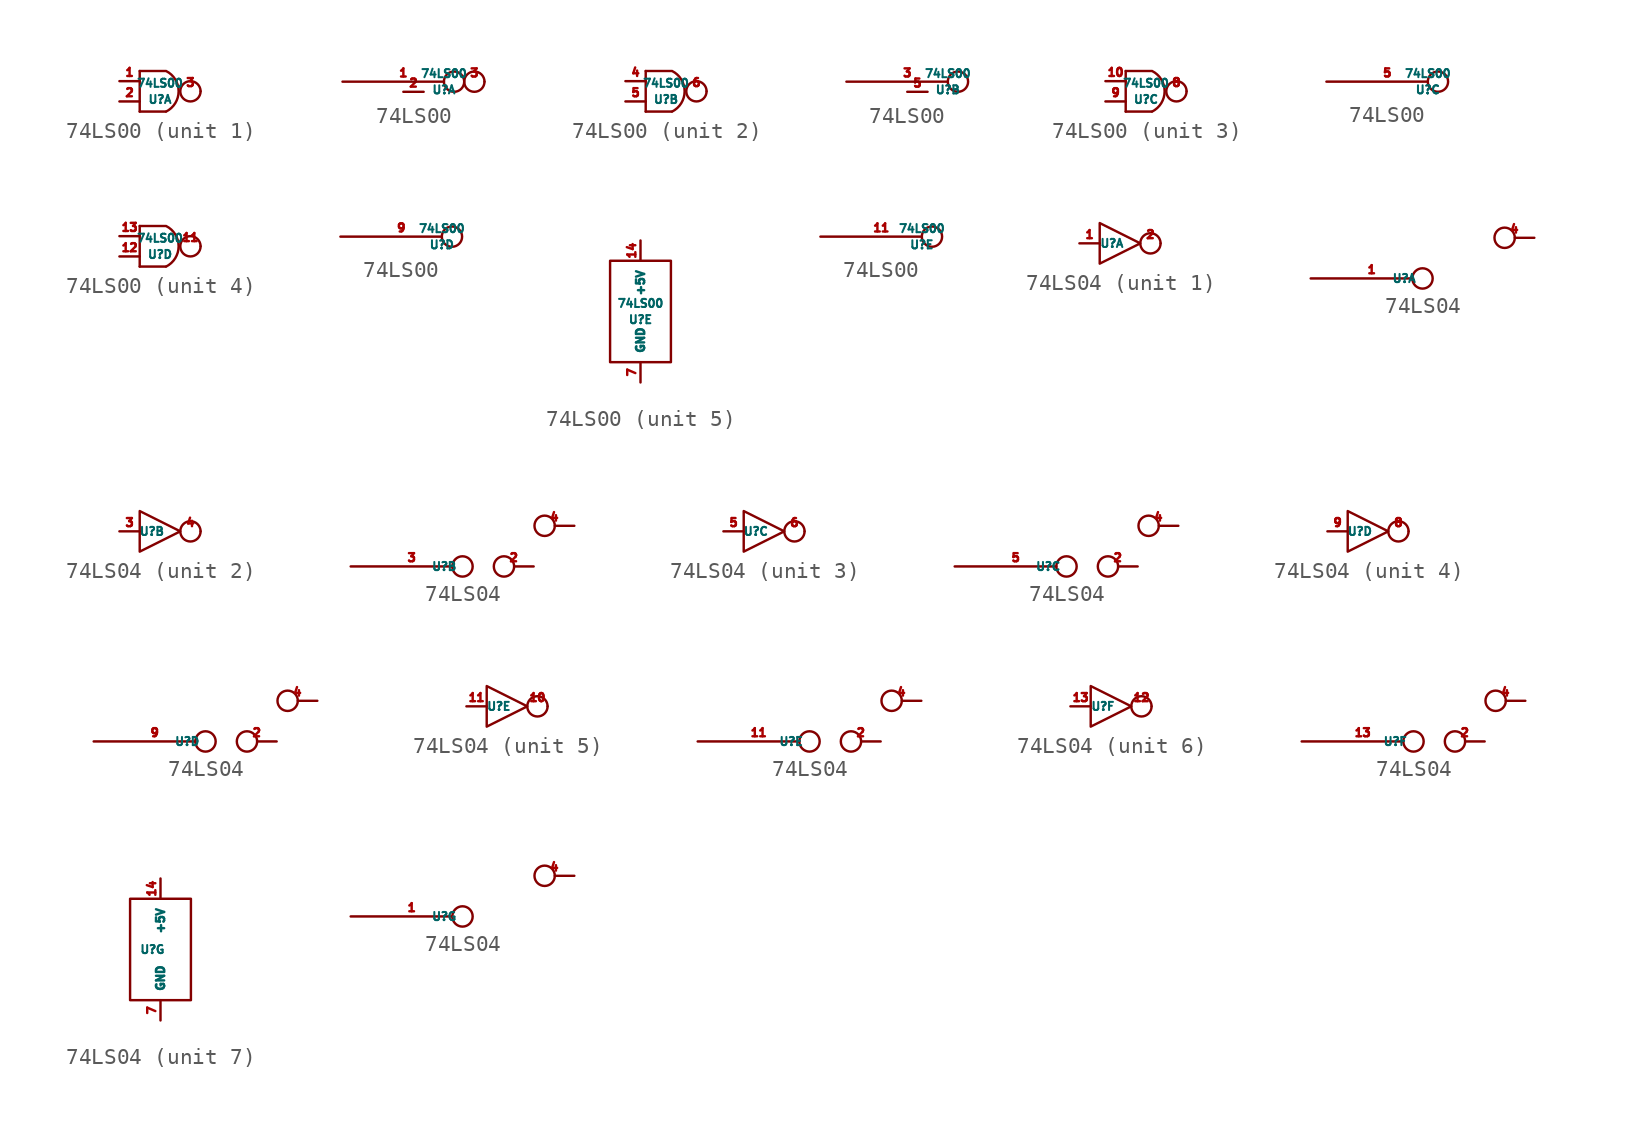
<source format=kicad_sym>
(kicad_symbol_lib
  (version 20211014)
  (generator kicad_symbol_editor)
  (symbol "74LS00"
    (property "Reference" "U"
      (at 0 -0.508 0)
      (effects (font (size 0.508 0.508))))
    (property "Value" "74LS00"
      (at 0 0.508 0)
      (effects (font (size 0.508 0.508))))
    (property "Footprint" ""
      (at 1.27 0 0)
      (effects (font (size 1.524 1.524))))
    (property "Datasheet" ""
      (at 1.27 0 0)
      (effects (font (size 1.524 1.524))))
    (symbol "74LS00_1_0"
      (pin input line (at -2.54 -0.635 0) (length 1.27) (name "~" (effects (font (size 0.508 0.508)))) (number "2" (effects (font (size 0.508 0.508)))))
      (pin output inverted (at 2.54 0 180) (length 1.27) (name "~" (effects (font (size 0.508 0.508)))) (number "3" (effects (font (size 0.508 0.508))))))
    (symbol "74LS00_1_1"
      (polyline (pts (xy -1.27 -1.27) (xy -1.27 1.27)) (stroke (width 0) (type default) (color 0 0 0 0)) (fill (type none)))
      (polyline (pts (xy 0.33 1.27) (xy -1.27 1.27)) (stroke (width 0) (type default) (color 0 0 0 0)) (fill (type none)))
      (polyline (pts (xy 0.356 -1.27) (xy -1.27 -1.27) (xy -1.245 -1.27)) (stroke (width 0) (type default) (color 0 0 0 0)) (fill (type none)))
      (arc (start 0.381 -1.27) (mid 1.1659 0) (end 0.381 1.27) (stroke (width 0) (type default) (color 0 0 0 0)) (fill (type none)))
      (pin input line (at -2.54 0.635 0) (length 1.27) (name "~" (effects (font (size 0.508 0.508)))) (number "1" (effects (font (size 0.508 0.508))))))
    (symbol "74LS00_1_2"
      (pin input inverted (at -6.35 0 0) (length 7.62) (name "~" (effects (font (size 0.508 0.508)))) (number "1" (effects (font (size 0.508 0.508))))))
    (symbol "74LS00_2_0"
      (pin input line (at -2.54 -0.635 0) (length 1.27) (name "~" (effects (font (size 0.508 0.508)))) (number "5" (effects (font (size 0.508 0.508))))))
    (symbol "74LS00_2_1"
      (polyline (pts (xy -1.27 -1.27) (xy -1.27 1.27)) (stroke (width 0) (type default) (color 0 0 0 0)) (fill (type none)))
      (polyline (pts (xy 0.33 1.27) (xy -1.27 1.27)) (stroke (width 0) (type default) (color 0 0 0 0)) (fill (type none)))
      (polyline (pts (xy 0.356 -1.27) (xy -1.27 -1.27) (xy -1.245 -1.27)) (stroke (width 0) (type default) (color 0 0 0 0)) (fill (type none)))
      (arc (start 0.381 -1.27) (mid 1.1659 0) (end 0.381 1.27) (stroke (width 0) (type default) (color 0 0 0 0)) (fill (type none)))
      (pin input line (at -2.54 0.635 0) (length 1.27) (name "~" (effects (font (size 0.508 0.508)))) (number "4" (effects (font (size 0.508 0.508)))))
      (pin output inverted (at 2.54 0 180) (length 1.27) (name "~" (effects (font (size 0.508 0.508)))) (number "6" (effects (font (size 0.508 0.508))))))
    (symbol "74LS00_2_2"
      (pin input inverted (at -6.35 0 0) (length 7.62) (name "~" (effects (font (size 0.508 0.508)))) (number "3" (effects (font (size 0.508 0.508))))))
    (symbol "74LS00_3_1"
      (polyline (pts (xy -1.27 -1.27) (xy -1.27 1.27)) (stroke (width 0) (type default) (color 0 0 0 0)) (fill (type none)))
      (polyline (pts (xy 0.33 1.27) (xy -1.27 1.27)) (stroke (width 0) (type default) (color 0 0 0 0)) (fill (type none)))
      (polyline (pts (xy 0.356 -1.27) (xy -1.27 -1.27) (xy -1.245 -1.27)) (stroke (width 0) (type default) (color 0 0 0 0)) (fill (type none)))
      (arc (start 0.381 -1.27) (mid 1.1659 0) (end 0.381 1.27) (stroke (width 0) (type default) (color 0 0 0 0)) (fill (type none)))
      (pin input line (at -2.54 0.635 0) (length 1.27) (name "~" (effects (font (size 0.508 0.508)))) (number "10" (effects (font (size 0.508 0.508)))))
      (pin output inverted (at 2.54 0 180) (length 1.27) (name "~" (effects (font (size 0.508 0.508)))) (number "8" (effects (font (size 0.508 0.508)))))
      (pin input line (at -2.54 -0.635 0) (length 1.27) (name "~" (effects (font (size 0.508 0.508)))) (number "9" (effects (font (size 0.508 0.508))))))
    (symbol "74LS00_3_2"
      (pin input inverted (at -6.35 0 0) (length 7.62) (name "~" (effects (font (size 0.508 0.508)))) (number "5" (effects (font (size 0.508 0.508))))))
    (symbol "74LS00_4_1"
      (polyline (pts (xy -1.27 -1.27) (xy -1.27 1.27)) (stroke (width 0) (type default) (color 0 0 0 0)) (fill (type none)))
      (polyline (pts (xy 0.33 1.27) (xy -1.27 1.27)) (stroke (width 0) (type default) (color 0 0 0 0)) (fill (type none)))
      (polyline (pts (xy 0.356 -1.27) (xy -1.27 -1.27) (xy -1.245 -1.27)) (stroke (width 0) (type default) (color 0 0 0 0)) (fill (type none)))
      (arc (start 0.381 -1.27) (mid 1.1659 0) (end 0.381 1.27) (stroke (width 0) (type default) (color 0 0 0 0)) (fill (type none)))
      (pin output inverted (at 2.54 0 180) (length 1.27) (name "~" (effects (font (size 0.508 0.508)))) (number "11" (effects (font (size 0.508 0.508)))))
      (pin input line (at -2.54 -0.635 0) (length 1.27) (name "~" (effects (font (size 0.508 0.508)))) (number "12" (effects (font (size 0.508 0.508)))))
      (pin input line (at -2.54 0.635 0) (length 1.27) (name "~" (effects (font (size 0.508 0.508)))) (number "13" (effects (font (size 0.508 0.508))))))
    (symbol "74LS00_4_2"
      (pin input inverted (at -6.35 0 0) (length 7.62) (name "~" (effects (font (size 0.508 0.508)))) (number "9" (effects (font (size 0.508 0.508))))))
    (symbol "74LS00_5_1"
      (rectangle (start -1.905 3.175) (end 1.905 -3.175) (stroke (width 0) (type default) (color 0 0 0 0)) (fill (type none)))
      (pin power_in line (at 0 4.445 270) (length 1.27) (name "+5V" (effects (font (size 0.508 0.508)))) (number "14" (effects (font (size 0.508 0.508)))))
      (pin power_in line (at 0 -4.445 90) (length 1.27) (name "GND" (effects (font (size 0.508 0.508)))) (number "7" (effects (font (size 0.508 0.508))))))
    (symbol "74LS00_5_2"
      (pin input inverted (at -6.35 0 0) (length 7.62) (name "~" (effects (font (size 0.508 0.508)))) (number "11" (effects (font (size 0.508 0.508)))))))
  (symbol "74LS04"
    (property "Reference" "U"
      (at -0.508 0 0)
      (effects (font (size 0.508 0.508))))
    (property "Footprint" ""
      (at 1.27 0 0)
      (effects (font (size 1.524 1.524))))
    (property "Datasheet" ""
      (at 1.27 0 0)
      (effects (font (size 1.524 1.524))))
    (symbol "74LS04_1_1"
      (polyline (pts (xy -1.27 1.27) (xy -1.27 -1.27) (xy 1.27 0) (xy -1.27 1.27)) (stroke (width 0) (type default) (color 0 0 0 0)) (fill (type none)))
      (pin input line (at -2.54 0 0) (length 1.27) (name "~" (effects (font (size 0.508 0.508)))) (number "1" (effects (font (size 0.508 0.508)))))
      (pin output inverted (at 2.54 0 180) (length 1.27) (name "~" (effects (font (size 0.508 0.508)))) (number "2" (effects (font (size 0.508 0.508))))))
    (symbol "74LS04_1_2"
      (pin input inverted (at -6.35 0 0) (length 7.62) (name "~" (effects (font (size 0.508 0.508)))) (number "1" (effects (font (size 0.508 0.508)))))
      (pin output inverted (at 7.62 2.54 180) (length 2.489) (name "~" (effects (font (size 0.508 0.508)))) (number "4" (effects (font (size 0.508 0.508))))))
    (symbol "74LS04_2_1"
      (polyline (pts (xy -1.27 1.27) (xy -1.27 -1.27) (xy 1.27 0) (xy -1.27 1.27)) (stroke (width 0) (type default) (color 0 0 0 0)) (fill (type none)))
      (pin input line (at -2.54 0 0) (length 1.27) (name "~" (effects (font (size 0.508 0.508)))) (number "3" (effects (font (size 0.508 0.508)))))
      (pin output inverted (at 2.54 0 180) (length 1.27) (name "~" (effects (font (size 0.508 0.508)))) (number "4" (effects (font (size 0.508 0.508))))))
    (symbol "74LS04_2_2"
      (pin output inverted (at 5.08 0 180) (length 2.489) (name "~" (effects (font (size 0.508 0.508)))) (number "2" (effects (font (size 0.508 0.508)))))
      (pin input inverted (at -6.35 0 0) (length 7.62) (name "~" (effects (font (size 0.508 0.508)))) (number "3" (effects (font (size 0.508 0.508)))))
      (pin output inverted (at 7.62 2.54 180) (length 2.489) (name "~" (effects (font (size 0.508 0.508)))) (number "4" (effects (font (size 0.508 0.508))))))
    (symbol "74LS04_3_1"
      (polyline (pts (xy -1.27 1.27) (xy -1.27 -1.27) (xy 1.27 0) (xy -1.27 1.27)) (stroke (width 0) (type default) (color 0 0 0 0)) (fill (type none)))
      (pin input line (at -2.54 0 0) (length 1.27) (name "~" (effects (font (size 0.508 0.508)))) (number "5" (effects (font (size 0.508 0.508)))))
      (pin output inverted (at 2.54 0 180) (length 1.27) (name "~" (effects (font (size 0.508 0.508)))) (number "6" (effects (font (size 0.508 0.508))))))
    (symbol "74LS04_3_2"
      (pin output inverted (at 5.08 0 180) (length 2.489) (name "~" (effects (font (size 0.508 0.508)))) (number "2" (effects (font (size 0.508 0.508)))))
      (pin output inverted (at 7.62 2.54 180) (length 2.489) (name "~" (effects (font (size 0.508 0.508)))) (number "4" (effects (font (size 0.508 0.508)))))
      (pin input inverted (at -6.35 0 0) (length 7.62) (name "~" (effects (font (size 0.508 0.508)))) (number "5" (effects (font (size 0.508 0.508))))))
    (symbol "74LS04_4_1"
      (polyline (pts (xy -1.27 1.27) (xy -1.27 -1.27) (xy 1.27 0) (xy -1.27 1.27)) (stroke (width 0) (type default) (color 0 0 0 0)) (fill (type none)))
      (pin output inverted (at 2.54 0 180) (length 1.27) (name "~" (effects (font (size 0.508 0.508)))) (number "8" (effects (font (size 0.508 0.508)))))
      (pin input line (at -2.54 0 0) (length 1.27) (name "~" (effects (font (size 0.508 0.508)))) (number "9" (effects (font (size 0.508 0.508))))))
    (symbol "74LS04_4_2"
      (pin output inverted (at 5.08 0 180) (length 2.489) (name "~" (effects (font (size 0.508 0.508)))) (number "2" (effects (font (size 0.508 0.508)))))
      (pin output inverted (at 7.62 2.54 180) (length 2.489) (name "~" (effects (font (size 0.508 0.508)))) (number "4" (effects (font (size 0.508 0.508)))))
      (pin input inverted (at -6.35 0 0) (length 7.62) (name "~" (effects (font (size 0.508 0.508)))) (number "9" (effects (font (size 0.508 0.508))))))
    (symbol "74LS04_5_1"
      (polyline (pts (xy -1.27 1.27) (xy -1.27 -1.27) (xy 1.27 0) (xy -1.27 1.27)) (stroke (width 0) (type default) (color 0 0 0 0)) (fill (type none)))
      (pin output inverted (at 2.54 0 180) (length 1.27) (name "~" (effects (font (size 0.508 0.508)))) (number "10" (effects (font (size 0.508 0.508)))))
      (pin input line (at -2.54 0 0) (length 1.27) (name "~" (effects (font (size 0.508 0.508)))) (number "11" (effects (font (size 0.508 0.508))))))
    (symbol "74LS04_5_2"
      (pin input inverted (at -6.35 0 0) (length 7.62) (name "~" (effects (font (size 0.508 0.508)))) (number "11" (effects (font (size 0.508 0.508)))))
      (pin output inverted (at 5.08 0 180) (length 2.489) (name "~" (effects (font (size 0.508 0.508)))) (number "2" (effects (font (size 0.508 0.508)))))
      (pin output inverted (at 7.62 2.54 180) (length 2.489) (name "~" (effects (font (size 0.508 0.508)))) (number "4" (effects (font (size 0.508 0.508))))))
    (symbol "74LS04_6_1"
      (polyline (pts (xy -1.27 1.27) (xy -1.27 -1.27) (xy 1.27 0) (xy -1.27 1.27)) (stroke (width 0) (type default) (color 0 0 0 0)) (fill (type none)))
      (pin output inverted (at 2.54 0 180) (length 1.27) (name "~" (effects (font (size 0.508 0.508)))) (number "12" (effects (font (size 0.508 0.508)))))
      (pin input line (at -2.54 0 0) (length 1.27) (name "~" (effects (font (size 0.508 0.508)))) (number "13" (effects (font (size 0.508 0.508))))))
    (symbol "74LS04_6_2"
      (pin input inverted (at -6.35 0 0) (length 7.62) (name "~" (effects (font (size 0.508 0.508)))) (number "13" (effects (font (size 0.508 0.508)))))
      (pin output inverted (at 5.08 0 180) (length 2.489) (name "~" (effects (font (size 0.508 0.508)))) (number "2" (effects (font (size 0.508 0.508)))))
      (pin output inverted (at 7.62 2.54 180) (length 2.489) (name "~" (effects (font (size 0.508 0.508)))) (number "4" (effects (font (size 0.508 0.508))))))
    (symbol "74LS04_7_1"
      (rectangle (start -1.905 3.175) (end 1.905 -3.175) (stroke (width 0) (type default) (color 0 0 0 0)) (fill (type none)))
      (pin power_in line (at 0 4.445 270) (length 1.27) (name "+5V" (effects (font (size 0.508 0.508)))) (number "14" (effects (font (size 0.508 0.508)))))
      (pin power_in line (at 0 -4.445 90) (length 1.27) (name "GND" (effects (font (size 0.508 0.508)))) (number "7" (effects (font (size 0.508 0.508))))))
    (symbol "74LS04_7_2"
      (pin input inverted (at -6.35 0 0) (length 7.62) (name "~" (effects (font (size 0.508 0.508)))) (number "1" (effects (font (size 0.508 0.508)))))
      (pin output inverted (at 7.62 2.54 180) (length 2.489) (name "~" (effects (font (size 0.508 0.508)))) (number "4" (effects (font (size 0.508 0.508))))))))
</source>
